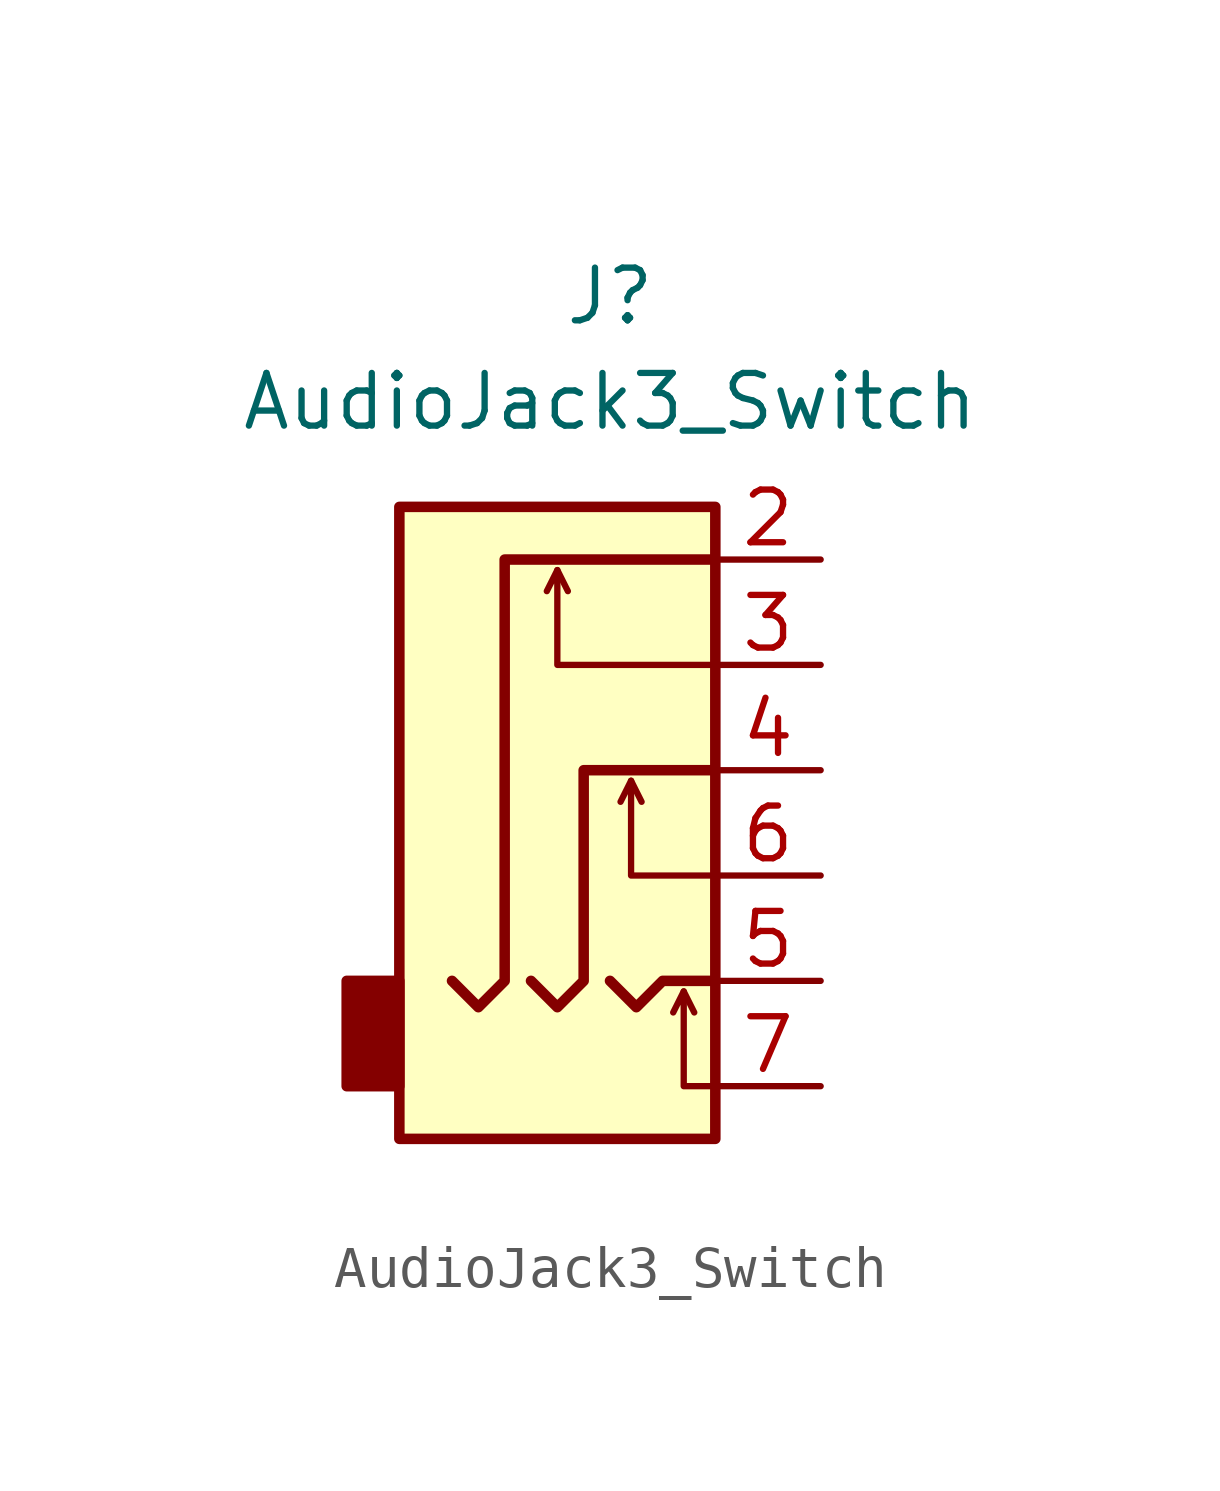
<source format=kicad_sym>
(kicad_symbol_lib
  (version 20231120)
  (generator "kicad_symbol_editor")
  (generator_version "8.0")
  (symbol "AudioJack3_Switch"
    (property "Reference" "J"
      (at 0 11.43 0)
      (effects (font (size 1.27 1.27))))
    (property "Value" "AudioJack3_Switch"
      (at 0 8.89 0)
      (effects (font (size 1.27 1.27))))
    (symbol "AudioJack3_Switch_0_1"
      (rectangle (start -5.08 -5.08) (end -6.35 -7.62) (stroke (width 0.254) (type default)) (fill (type outline)))
      (polyline (pts (xy -1.27 4.826) (xy -1.016 4.318)) (stroke (width 0) (type default)) (fill (type none)))
      (polyline (pts (xy 0.508 -0.254) (xy 0.762 -0.762)) (stroke (width 0) (type default)) (fill (type none)))
      (polyline (pts (xy 1.778 -5.334) (xy 2.032 -5.842)) (stroke (width 0) (type default)) (fill (type none)))
      (polyline (pts (xy 0 -5.08) (xy 0.635 -5.715) (xy 1.27 -5.08) (xy 2.54 -5.08)) (stroke (width 0.254) (type default)) (fill (type none)))
      (polyline (pts (xy 2.54 -7.62) (xy 1.778 -7.62) (xy 1.778 -5.334) (xy 1.524 -5.842)) (stroke (width 0) (type default)) (fill (type none)))
      (polyline (pts (xy 2.54 -2.54) (xy 0.508 -2.54) (xy 0.508 -0.254) (xy 0.254 -0.762)) (stroke (width 0) (type default)) (fill (type none)))
      (polyline (pts (xy 2.54 2.54) (xy -1.27 2.54) (xy -1.27 4.826) (xy -1.524 4.318)) (stroke (width 0) (type default)) (fill (type none)))
      (polyline (pts (xy -1.905 -5.08) (xy -1.27 -5.715) (xy -0.635 -5.08) (xy -0.635 0) (xy 2.54 0)) (stroke (width 0.254) (type default)) (fill (type none)))
      (polyline (pts (xy 2.54 5.08) (xy -2.54 5.08) (xy -2.54 -5.08) (xy -3.175 -5.715) (xy -3.81 -5.08)) (stroke (width 0.254) (type default)) (fill (type none)))
      (rectangle (start 2.54 6.35) (end -5.08 -8.89) (stroke (width 0.254) (type default)) (fill (type background))))
    (symbol "AudioJack3_Switch_1_1"
      (pin passive line (at 5.08 5.08 180) (length 2.54) (name "~" (effects (font (size 1.27 1.27)))) (number "2" (effects (font (size 1.27 1.27)))))
      (pin passive line (at 5.08 2.54 180) (length 2.54) (name "~" (effects (font (size 1.27 1.27)))) (number "3" (effects (font (size 1.27 1.27)))))
      (pin passive line (at 5.08 0 180) (length 2.54) (name "~" (effects (font (size 1.27 1.27)))) (number "4" (effects (font (size 1.27 1.27)))))
      (pin passive line (at 5.08 -5.08 180) (length 2.54) (name "~" (effects (font (size 1.27 1.27)))) (number "5" (effects (font (size 1.27 1.27)))))
      (pin passive line (at 5.08 -2.54 180) (length 2.54) (name "~" (effects (font (size 1.27 1.27)))) (number "6" (effects (font (size 1.27 1.27)))))
      (pin passive line (at 5.08 -7.62 180) (length 2.54) (name "~" (effects (font (size 1.27 1.27)))) (number "7" (effects (font (size 1.27 1.27))))))))
</source>
